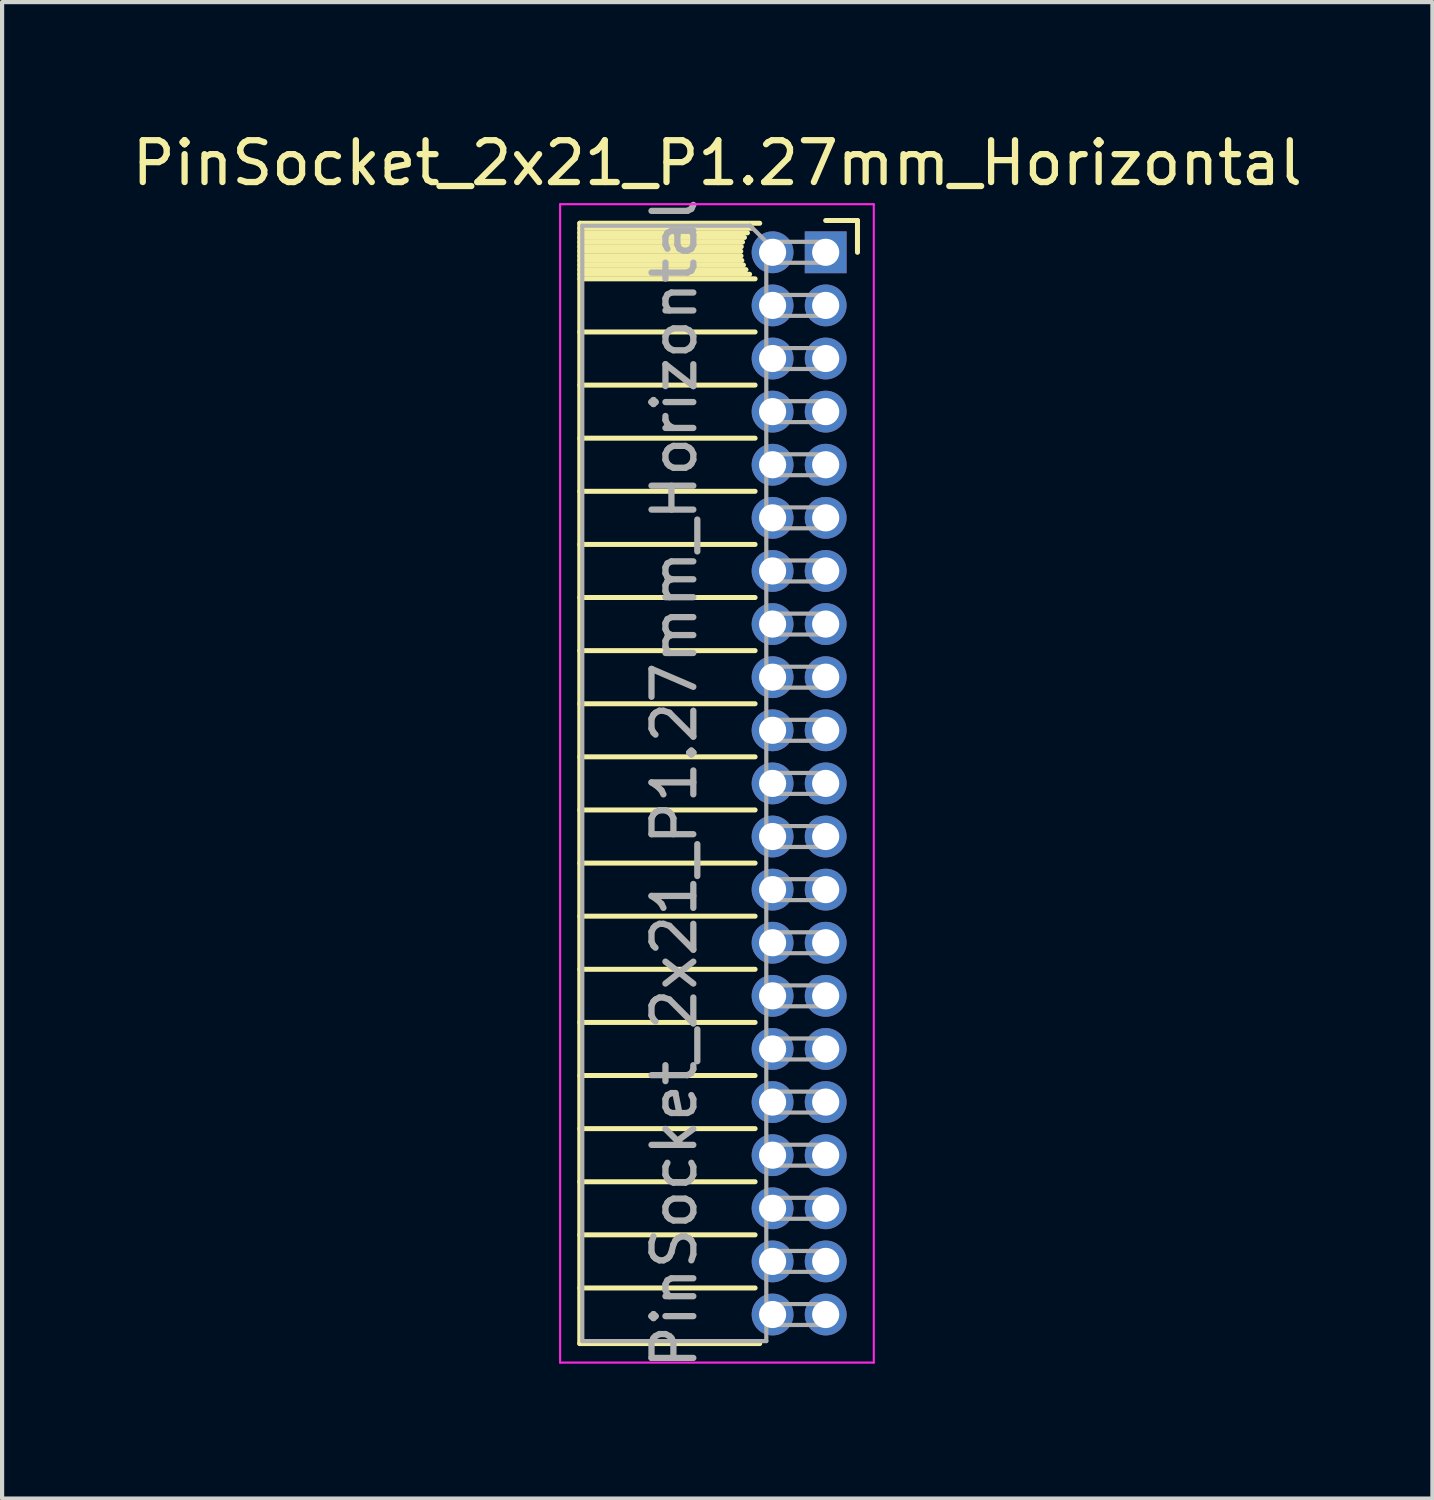
<source format=kicad_pcb>
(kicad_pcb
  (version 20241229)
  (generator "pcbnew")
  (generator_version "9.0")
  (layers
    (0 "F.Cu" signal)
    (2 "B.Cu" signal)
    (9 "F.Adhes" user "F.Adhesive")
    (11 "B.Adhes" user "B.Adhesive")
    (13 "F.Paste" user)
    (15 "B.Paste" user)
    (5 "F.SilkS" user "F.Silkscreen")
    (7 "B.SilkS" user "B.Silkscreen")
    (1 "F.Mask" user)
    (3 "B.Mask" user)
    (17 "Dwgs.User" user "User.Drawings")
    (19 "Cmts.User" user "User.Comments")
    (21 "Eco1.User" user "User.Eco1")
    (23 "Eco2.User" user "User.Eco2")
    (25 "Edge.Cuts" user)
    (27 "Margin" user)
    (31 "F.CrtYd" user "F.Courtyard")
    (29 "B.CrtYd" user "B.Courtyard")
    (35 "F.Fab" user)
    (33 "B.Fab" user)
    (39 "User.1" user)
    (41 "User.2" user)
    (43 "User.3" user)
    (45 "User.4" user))
  (footprint "PinSocket_2x21_P1.27mm_Horizontal"
    (layer "F.Cu")
    (at 16.694 2.983)
    (property "Reference" "PinSocket_2x21_P1.27mm_Horizontal" (at -2.592 -2.135 0) (layer "F.SilkS") (effects (font (size 1 1) (thickness 0.15))))
    (attr through_hole)
    (fp_line (start -5.88 -0.695) (end -5.88 26.095) (stroke (width 0.12) (type solid)) (layer "F.SilkS"))
    (fp_line (start -5.88 -0.695) (end -1.578 -0.695) (stroke (width 0.12) (type solid)) (layer "F.SilkS"))
    (fp_line (start -5.88 -0.575) (end -1.767 -0.575) (stroke (width 0.12) (type solid)) (layer "F.SilkS"))
    (fp_line (start -5.88 -0.465) (end -1.871 -0.465) (stroke (width 0.12) (type solid)) (layer "F.SilkS"))
    (fp_line (start -5.88 -0.355) (end -1.942 -0.355) (stroke (width 0.12) (type solid)) (layer "F.SilkS"))
    (fp_line (start -5.88 -0.245) (end -1.989 -0.245) (stroke (width 0.12) (type solid)) (layer "F.SilkS"))
    (fp_line (start -5.88 -0.135) (end -2.018 -0.135) (stroke (width 0.12) (type solid)) (layer "F.SilkS"))
    (fp_line (start -5.88 -0.025) (end -2.03 -0.025) (stroke (width 0.12) (type solid)) (layer "F.SilkS"))
    (fp_line (start -5.88 0.085) (end -2.025 0.085) (stroke (width 0.12) (type solid)) (layer "F.SilkS"))
    (fp_line (start -5.88 0.195) (end -2.005 0.195) (stroke (width 0.12) (type solid)) (layer "F.SilkS"))
    (fp_line (start -5.88 0.305) (end -1.966 0.305) (stroke (width 0.12) (type solid)) (layer "F.SilkS"))
    (fp_line (start -5.88 0.415) (end -1.907 0.415) (stroke (width 0.12) (type solid)) (layer "F.SilkS"))
    (fp_line (start -5.88 0.525) (end -1.82 0.525) (stroke (width 0.12) (type solid)) (layer "F.SilkS"))
    (fp_line (start -5.88 0.635) (end -1.688 0.635) (stroke (width 0.12) (type solid)) (layer "F.SilkS"))
    (fp_line (start -5.88 1.905) (end -1.688 1.905) (stroke (width 0.12) (type solid)) (layer "F.SilkS"))
    (fp_line (start -5.88 3.175) (end -1.688 3.175) (stroke (width 0.12) (type solid)) (layer "F.SilkS"))
    (fp_line (start -5.88 4.445) (end -1.688 4.445) (stroke (width 0.12) (type solid)) (layer "F.SilkS"))
    (fp_line (start -5.88 5.715) (end -1.688 5.715) (stroke (width 0.12) (type solid)) (layer "F.SilkS"))
    (fp_line (start -5.88 6.985) (end -1.688 6.985) (stroke (width 0.12) (type solid)) (layer "F.SilkS"))
    (fp_line (start -5.88 8.255) (end -1.688 8.255) (stroke (width 0.12) (type solid)) (layer "F.SilkS"))
    (fp_line (start -5.88 9.525) (end -1.688 9.525) (stroke (width 0.12) (type solid)) (layer "F.SilkS"))
    (fp_line (start -5.88 10.795) (end -1.688 10.795) (stroke (width 0.12) (type solid)) (layer "F.SilkS"))
    (fp_line (start -5.88 12.065) (end -1.688 12.065) (stroke (width 0.12) (type solid)) (layer "F.SilkS"))
    (fp_line (start -5.88 13.335) (end -1.688 13.335) (stroke (width 0.12) (type solid)) (layer "F.SilkS"))
    (fp_line (start -5.88 14.605) (end -1.688 14.605) (stroke (width 0.12) (type solid)) (layer "F.SilkS"))
    (fp_line (start -5.88 15.875) (end -1.688 15.875) (stroke (width 0.12) (type solid)) (layer "F.SilkS"))
    (fp_line (start -5.88 17.145) (end -1.688 17.145) (stroke (width 0.12) (type solid)) (layer "F.SilkS"))
    (fp_line (start -5.88 18.415) (end -1.688 18.415) (stroke (width 0.12) (type solid)) (layer "F.SilkS"))
    (fp_line (start -5.88 19.685) (end -1.688 19.685) (stroke (width 0.12) (type solid)) (layer "F.SilkS"))
    (fp_line (start -5.88 20.955) (end -1.688 20.955) (stroke (width 0.12) (type solid)) (layer "F.SilkS"))
    (fp_line (start -5.88 22.225) (end -1.688 22.225) (stroke (width 0.12) (type solid)) (layer "F.SilkS"))
    (fp_line (start -5.88 23.495) (end -1.688 23.495) (stroke (width 0.12) (type solid)) (layer "F.SilkS"))
    (fp_line (start -5.88 24.765) (end -1.688 24.765) (stroke (width 0.12) (type solid)) (layer "F.SilkS"))
    (fp_line (start -5.88 26.095) (end -1.578 26.095) (stroke (width 0.12) (type solid)) (layer "F.SilkS"))
    (fp_line (start 0 -0.76) (end 0.76 -0.76) (stroke (width 0.12) (type solid)) (layer "F.SilkS"))
    (fp_line (start 0.76 -0.76) (end 0.76 0) (stroke (width 0.12) (type solid)) (layer "F.SilkS"))
    (fp_line (start -6.35 -1.15) (end -6.35 26.55) (stroke (width 0.05) (type solid)) (layer "F.CrtYd"))
    (fp_line (start -6.35 26.55) (end 1.15 26.55) (stroke (width 0.05) (type solid)) (layer "F.CrtYd"))
    (fp_line (start 1.15 -1.15) (end -6.35 -1.15) (stroke (width 0.05) (type solid)) (layer "F.CrtYd"))
    (fp_line (start 1.15 26.55) (end 1.15 -1.15) (stroke (width 0.05) (type solid)) (layer "F.CrtYd"))
    (fp_line (start -5.82 -0.635) (end -1.805 -0.635) (stroke (width 0.1) (type solid)) (layer "F.Fab"))
    (fp_line (start -5.82 26.035) (end -5.82 -0.635) (stroke (width 0.1) (type solid)) (layer "F.Fab"))
    (fp_line (start -1.805 -0.635) (end -1.42 -0.25) (stroke (width 0.1) (type solid)) (layer "F.Fab"))
    (fp_line (start -1.42 -0.25) (end -1.42 26.035) (stroke (width 0.1) (type solid)) (layer "F.Fab"))
    (fp_line (start -1.42 0.25) (end 0 0.25) (stroke (width 0.1) (type solid)) (layer "F.Fab"))
    (fp_line (start -1.42 1.52) (end 0 1.52) (stroke (width 0.1) (type solid)) (layer "F.Fab"))
    (fp_line (start -1.42 2.79) (end 0 2.79) (stroke (width 0.1) (type solid)) (layer "F.Fab"))
    (fp_line (start -1.42 4.06) (end 0 4.06) (stroke (width 0.1) (type solid)) (layer "F.Fab"))
    (fp_line (start -1.42 5.33) (end 0 5.33) (stroke (width 0.1) (type solid)) (layer "F.Fab"))
    (fp_line (start -1.42 6.6) (end 0 6.6) (stroke (width 0.1) (type solid)) (layer "F.Fab"))
    (fp_line (start -1.42 7.87) (end 0 7.87) (stroke (width 0.1) (type solid)) (layer "F.Fab"))
    (fp_line (start -1.42 9.14) (end 0 9.14) (stroke (width 0.1) (type solid)) (layer "F.Fab"))
    (fp_line (start -1.42 10.41) (end 0 10.41) (stroke (width 0.1) (type solid)) (layer "F.Fab"))
    (fp_line (start -1.42 11.68) (end 0 11.68) (stroke (width 0.1) (type solid)) (layer "F.Fab"))
    (fp_line (start -1.42 12.95) (end 0 12.95) (stroke (width 0.1) (type solid)) (layer "F.Fab"))
    (fp_line (start -1.42 14.22) (end 0 14.22) (stroke (width 0.1) (type solid)) (layer "F.Fab"))
    (fp_line (start -1.42 15.49) (end 0 15.49) (stroke (width 0.1) (type solid)) (layer "F.Fab"))
    (fp_line (start -1.42 16.76) (end 0 16.76) (stroke (width 0.1) (type solid)) (layer "F.Fab"))
    (fp_line (start -1.42 18.03) (end 0 18.03) (stroke (width 0.1) (type solid)) (layer "F.Fab"))
    (fp_line (start -1.42 19.3) (end 0 19.3) (stroke (width 0.1) (type solid)) (layer "F.Fab"))
    (fp_line (start -1.42 20.57) (end 0 20.57) (stroke (width 0.1) (type solid)) (layer "F.Fab"))
    (fp_line (start -1.42 21.84) (end 0 21.84) (stroke (width 0.1) (type solid)) (layer "F.Fab"))
    (fp_line (start -1.42 23.11) (end 0 23.11) (stroke (width 0.1) (type solid)) (layer "F.Fab"))
    (fp_line (start -1.42 24.38) (end 0 24.38) (stroke (width 0.1) (type solid)) (layer "F.Fab"))
    (fp_line (start -1.42 25.65) (end 0 25.65) (stroke (width 0.1) (type solid)) (layer "F.Fab"))
    (fp_line (start -1.42 26.035) (end -5.82 26.035) (stroke (width 0.1) (type solid)) (layer "F.Fab"))
    (fp_line (start 0 -0.25) (end -1.42 -0.25) (stroke (width 0.1) (type solid)) (layer "F.Fab"))
    (fp_line (start 0 0.25) (end 0 -0.25) (stroke (width 0.1) (type solid)) (layer "F.Fab"))
    (fp_line (start 0 1.02) (end -1.42 1.02) (stroke (width 0.1) (type solid)) (layer "F.Fab"))
    (fp_line (start 0 1.52) (end 0 1.02) (stroke (width 0.1) (type solid)) (layer "F.Fab"))
    (fp_line (start 0 2.29) (end -1.42 2.29) (stroke (width 0.1) (type solid)) (layer "F.Fab"))
    (fp_line (start 0 2.79) (end 0 2.29) (stroke (width 0.1) (type solid)) (layer "F.Fab"))
    (fp_line (start 0 3.56) (end -1.42 3.56) (stroke (width 0.1) (type solid)) (layer "F.Fab"))
    (fp_line (start 0 4.06) (end 0 3.56) (stroke (width 0.1) (type solid)) (layer "F.Fab"))
    (fp_line (start 0 4.83) (end -1.42 4.83) (stroke (width 0.1) (type solid)) (layer "F.Fab"))
    (fp_line (start 0 5.33) (end 0 4.83) (stroke (width 0.1) (type solid)) (layer "F.Fab"))
    (fp_line (start 0 6.1) (end -1.42 6.1) (stroke (width 0.1) (type solid)) (layer "F.Fab"))
    (fp_line (start 0 6.6) (end 0 6.1) (stroke (width 0.1) (type solid)) (layer "F.Fab"))
    (fp_line (start 0 7.37) (end -1.42 7.37) (stroke (width 0.1) (type solid)) (layer "F.Fab"))
    (fp_line (start 0 7.87) (end 0 7.37) (stroke (width 0.1) (type solid)) (layer "F.Fab"))
    (fp_line (start 0 8.64) (end -1.42 8.64) (stroke (width 0.1) (type solid)) (layer "F.Fab"))
    (fp_line (start 0 9.14) (end 0 8.64) (stroke (width 0.1) (type solid)) (layer "F.Fab"))
    (fp_line (start 0 9.91) (end -1.42 9.91) (stroke (width 0.1) (type solid)) (layer "F.Fab"))
    (fp_line (start 0 10.41) (end 0 9.91) (stroke (width 0.1) (type solid)) (layer "F.Fab"))
    (fp_line (start 0 11.18) (end -1.42 11.18) (stroke (width 0.1) (type solid)) (layer "F.Fab"))
    (fp_line (start 0 11.68) (end 0 11.18) (stroke (width 0.1) (type solid)) (layer "F.Fab"))
    (fp_line (start 0 12.45) (end -1.42 12.45) (stroke (width 0.1) (type solid)) (layer "F.Fab"))
    (fp_line (start 0 12.95) (end 0 12.45) (stroke (width 0.1) (type solid)) (layer "F.Fab"))
    (fp_line (start 0 13.72) (end -1.42 13.72) (stroke (width 0.1) (type solid)) (layer "F.Fab"))
    (fp_line (start 0 14.22) (end 0 13.72) (stroke (width 0.1) (type solid)) (layer "F.Fab"))
    (fp_line (start 0 14.99) (end -1.42 14.99) (stroke (width 0.1) (type solid)) (layer "F.Fab"))
    (fp_line (start 0 15.49) (end 0 14.99) (stroke (width 0.1) (type solid)) (layer "F.Fab"))
    (fp_line (start 0 16.26) (end -1.42 16.26) (stroke (width 0.1) (type solid)) (layer "F.Fab"))
    (fp_line (start 0 16.76) (end 0 16.26) (stroke (width 0.1) (type solid)) (layer "F.Fab"))
    (fp_line (start 0 17.53) (end -1.42 17.53) (stroke (width 0.1) (type solid)) (layer "F.Fab"))
    (fp_line (start 0 18.03) (end 0 17.53) (stroke (width 0.1) (type solid)) (layer "F.Fab"))
    (fp_line (start 0 18.8) (end -1.42 18.8) (stroke (width 0.1) (type solid)) (layer "F.Fab"))
    (fp_line (start 0 19.3) (end 0 18.8) (stroke (width 0.1) (type solid)) (layer "F.Fab"))
    (fp_line (start 0 20.07) (end -1.42 20.07) (stroke (width 0.1) (type solid)) (layer "F.Fab"))
    (fp_line (start 0 20.57) (end 0 20.07) (stroke (width 0.1) (type solid)) (layer "F.Fab"))
    (fp_line (start 0 21.34) (end -1.42 21.34) (stroke (width 0.1) (type solid)) (layer "F.Fab"))
    (fp_line (start 0 21.84) (end 0 21.34) (stroke (width 0.1) (type solid)) (layer "F.Fab"))
    (fp_line (start 0 22.61) (end -1.42 22.61) (stroke (width 0.1) (type solid)) (layer "F.Fab"))
    (fp_line (start 0 23.11) (end 0 22.61) (stroke (width 0.1) (type solid)) (layer "F.Fab"))
    (fp_line (start 0 23.88) (end -1.42 23.88) (stroke (width 0.1) (type solid)) (layer "F.Fab"))
    (fp_line (start 0 24.38) (end 0 23.88) (stroke (width 0.1) (type solid)) (layer "F.Fab"))
    (fp_line (start 0 25.15) (end -1.42 25.15) (stroke (width 0.1) (type solid)) (layer "F.Fab"))
    (fp_line (start 0 25.65) (end 0 25.15) (stroke (width 0.1) (type solid)) (layer "F.Fab"))
    (fp_text user "${REFERENCE}" (at -3.62 12.7 90) (layer "F.Fab") (effects (font (size 1 1) (thickness 0.15))))
    (pad "1" thru_hole rect (at 0 0) (size 1 1) (drill 0.65) (layers "*.Cu" "*.Mask"))
    (pad "2" thru_hole oval (at -1.27 0) (size 1 1) (drill 0.65) (layers "*.Cu" "*.Mask"))
    (pad "3" thru_hole oval (at 0 1.27) (size 1 1) (drill 0.65) (layers "*.Cu" "*.Mask"))
    (pad "4" thru_hole oval (at -1.27 1.27) (size 1 1) (drill 0.65) (layers "*.Cu" "*.Mask"))
    (pad "5" thru_hole oval (at 0 2.54) (size 1 1) (drill 0.65) (layers "*.Cu" "*.Mask"))
    (pad "6" thru_hole oval (at -1.27 2.54) (size 1 1) (drill 0.65) (layers "*.Cu" "*.Mask"))
    (pad "7" thru_hole oval (at 0 3.81) (size 1 1) (drill 0.65) (layers "*.Cu" "*.Mask"))
    (pad "8" thru_hole oval (at -1.27 3.81) (size 1 1) (drill 0.65) (layers "*.Cu" "*.Mask"))
    (pad "9" thru_hole oval (at 0 5.08) (size 1 1) (drill 0.65) (layers "*.Cu" "*.Mask"))
    (pad "10" thru_hole oval (at -1.27 5.08) (size 1 1) (drill 0.65) (layers "*.Cu" "*.Mask"))
    (pad "11" thru_hole oval (at 0 6.35) (size 1 1) (drill 0.65) (layers "*.Cu" "*.Mask"))
    (pad "12" thru_hole oval (at -1.27 6.35) (size 1 1) (drill 0.65) (layers "*.Cu" "*.Mask"))
    (pad "13" thru_hole oval (at 0 7.62) (size 1 1) (drill 0.65) (layers "*.Cu" "*.Mask"))
    (pad "14" thru_hole oval (at -1.27 7.62) (size 1 1) (drill 0.65) (layers "*.Cu" "*.Mask"))
    (pad "15" thru_hole oval (at 0 8.89) (size 1 1) (drill 0.65) (layers "*.Cu" "*.Mask"))
    (pad "16" thru_hole oval (at -1.27 8.89) (size 1 1) (drill 0.65) (layers "*.Cu" "*.Mask"))
    (pad "17" thru_hole oval (at 0 10.16) (size 1 1) (drill 0.65) (layers "*.Cu" "*.Mask"))
    (pad "18" thru_hole oval (at -1.27 10.16) (size 1 1) (drill 0.65) (layers "*.Cu" "*.Mask"))
    (pad "19" thru_hole oval (at 0 11.43) (size 1 1) (drill 0.65) (layers "*.Cu" "*.Mask"))
    (pad "20" thru_hole oval (at -1.27 11.43) (size 1 1) (drill 0.65) (layers "*.Cu" "*.Mask"))
    (pad "21" thru_hole oval (at 0 12.7) (size 1 1) (drill 0.65) (layers "*.Cu" "*.Mask"))
    (pad "22" thru_hole oval (at -1.27 12.7) (size 1 1) (drill 0.65) (layers "*.Cu" "*.Mask"))
    (pad "23" thru_hole oval (at 0 13.97) (size 1 1) (drill 0.65) (layers "*.Cu" "*.Mask"))
    (pad "24" thru_hole oval (at -1.27 13.97) (size 1 1) (drill 0.65) (layers "*.Cu" "*.Mask"))
    (pad "25" thru_hole oval (at 0 15.24) (size 1 1) (drill 0.65) (layers "*.Cu" "*.Mask"))
    (pad "26" thru_hole oval (at -1.27 15.24) (size 1 1) (drill 0.65) (layers "*.Cu" "*.Mask"))
    (pad "27" thru_hole oval (at 0 16.51) (size 1 1) (drill 0.65) (layers "*.Cu" "*.Mask"))
    (pad "28" thru_hole oval (at -1.27 16.51) (size 1 1) (drill 0.65) (layers "*.Cu" "*.Mask"))
    (pad "29" thru_hole oval (at 0 17.78) (size 1 1) (drill 0.65) (layers "*.Cu" "*.Mask"))
    (pad "30" thru_hole oval (at -1.27 17.78) (size 1 1) (drill 0.65) (layers "*.Cu" "*.Mask"))
    (pad "31" thru_hole oval (at 0 19.05) (size 1 1) (drill 0.65) (layers "*.Cu" "*.Mask"))
    (pad "32" thru_hole oval (at -1.27 19.05) (size 1 1) (drill 0.65) (layers "*.Cu" "*.Mask"))
    (pad "33" thru_hole oval (at 0 20.32) (size 1 1) (drill 0.65) (layers "*.Cu" "*.Mask"))
    (pad "34" thru_hole oval (at -1.27 20.32) (size 1 1) (drill 0.65) (layers "*.Cu" "*.Mask"))
    (pad "35" thru_hole oval (at 0 21.59) (size 1 1) (drill 0.65) (layers "*.Cu" "*.Mask"))
    (pad "36" thru_hole oval (at -1.27 21.59) (size 1 1) (drill 0.65) (layers "*.Cu" "*.Mask"))
    (pad "37" thru_hole oval (at 0 22.86) (size 1 1) (drill 0.65) (layers "*.Cu" "*.Mask"))
    (pad "38" thru_hole oval (at -1.27 22.86) (size 1 1) (drill 0.65) (layers "*.Cu" "*.Mask"))
    (pad "39" thru_hole oval (at 0 24.13) (size 1 1) (drill 0.65) (layers "*.Cu" "*.Mask"))
    (pad "40" thru_hole oval (at -1.27 24.13) (size 1 1) (drill 0.65) (layers "*.Cu" "*.Mask"))
    (pad "41" thru_hole oval (at 0 25.4) (size 1 1) (drill 0.65) (layers "*.Cu" "*.Mask"))
    (pad "42" thru_hole oval (at -1.27 25.4) (size 1 1) (drill 0.65) (layers "*.Cu" "*.Mask")))
  (gr_rect
    (start -3 -3)
    (end 31.202 32.784)
    (stroke (width 0.1) (type default))
    (fill no)
    (layer "Edge.Cuts")))
</source>
